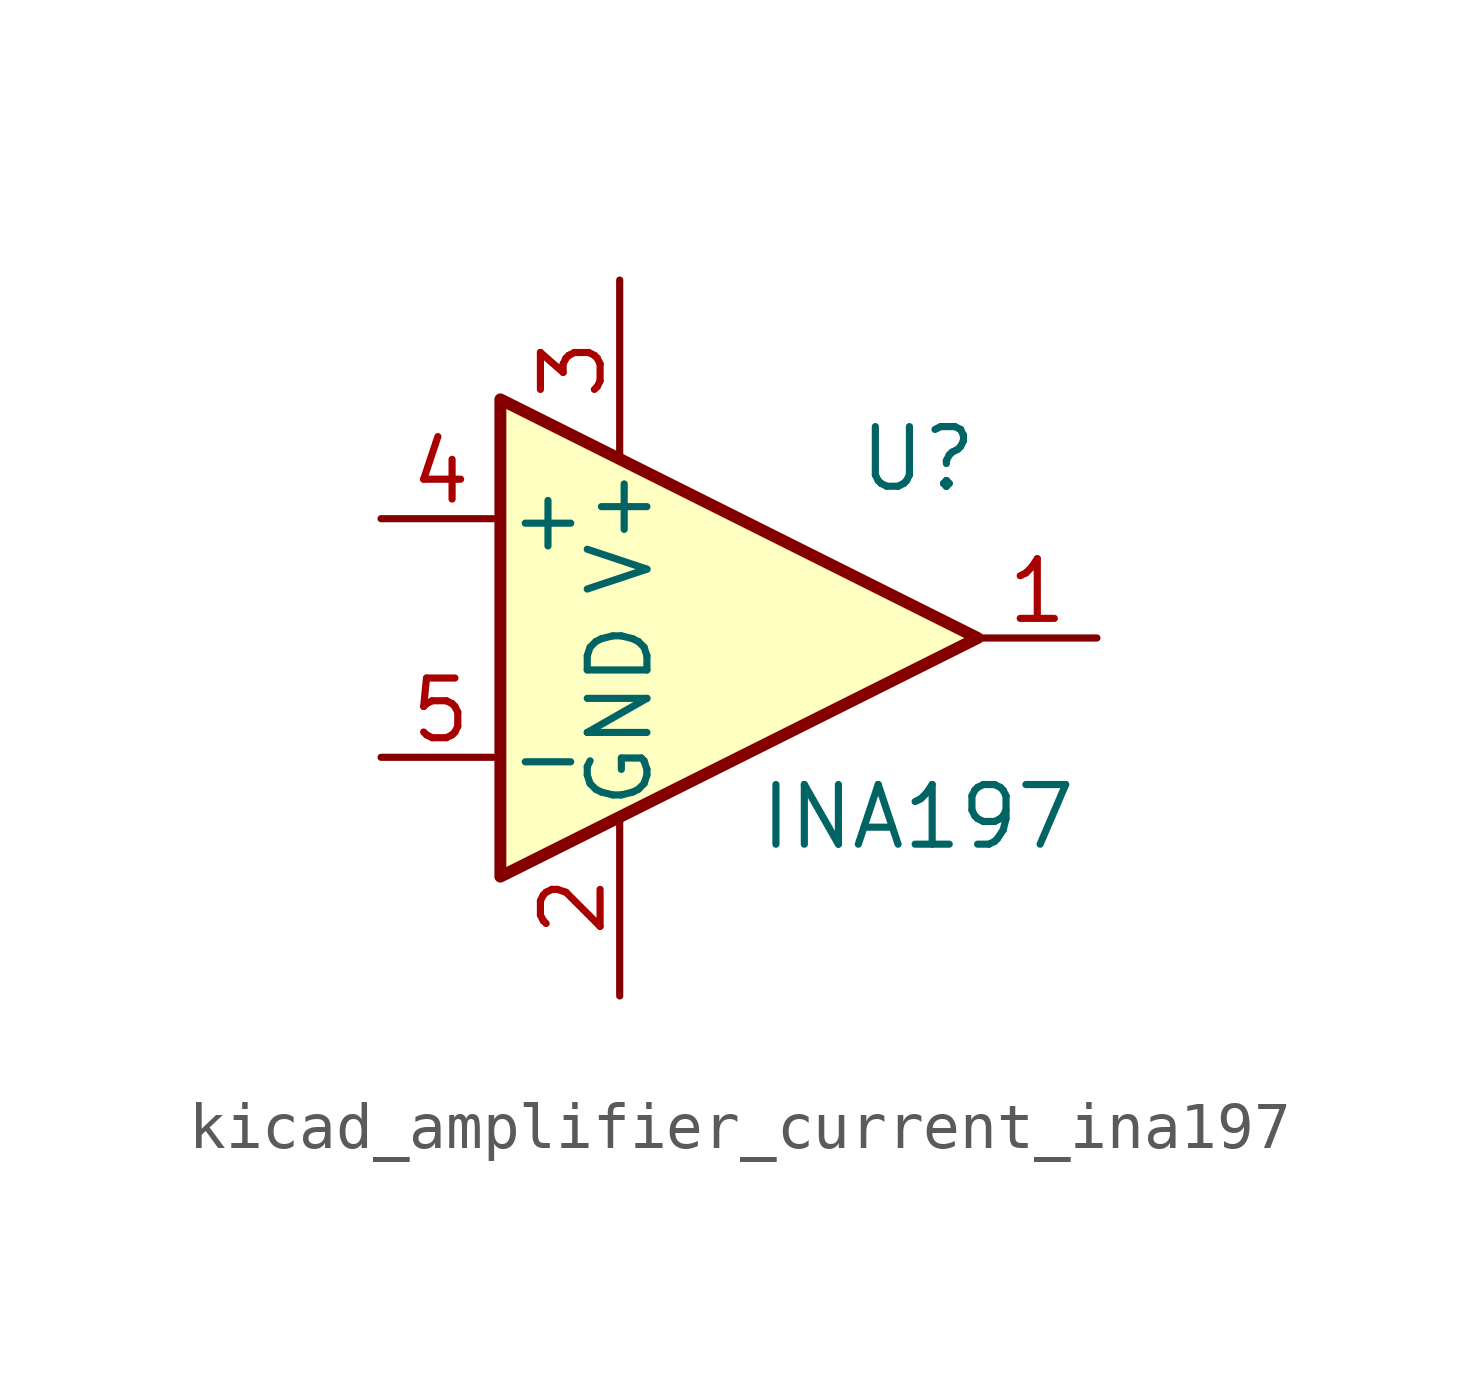
<source format=kicad_sym>
(kicad_symbol_lib
  (version 20220914)
  (generator kicad_symbol_editor)
  (symbol "kicad_amplifier_current_ina197"
    (pin_names
      (offset 0.127))
    (property "Reference" "U"
      (at 3.81 3.81 0)
      (effects (font (size 1.27 1.27))))
    (property "Value" "INA197"
      (at 3.81 -3.81 0)
      (effects (font (size 1.27 1.27))))
    (symbol "kicad_amplifier_current_ina197_0_1"
      (polyline (pts (xy 5.08 0) (xy -5.08 5.08) (xy -5.08 -5.08) (xy 5.08 0)) (stroke (width 0.254) (type default)) (fill (type background))))
    (symbol "kicad_amplifier_current_ina197_1_1"
      (pin output line (at 7.62 0 180) (length 2.54) (name "~" (effects (font (size 1.27 1.27)))) (number "1" (effects (font (size 1.27 1.27)))))
      (pin power_in line (at -2.54 -7.62 90) (length 3.81) (name "GND" (effects (font (size 1.27 1.27)))) (number "2" (effects (font (size 1.27 1.27)))))
      (pin power_in line (at -2.54 7.62 270) (length 3.81) (name "V+" (effects (font (size 1.27 1.27)))) (number "3" (effects (font (size 1.27 1.27)))))
      (pin input line (at -7.62 2.54 0) (length 2.54) (name "+" (effects (font (size 1.27 1.27)))) (number "4" (effects (font (size 1.27 1.27)))))
      (pin input line (at -7.62 -2.54 0) (length 2.54) (name "-" (effects (font (size 1.27 1.27)))) (number "5" (effects (font (size 1.27 1.27))))))))
</source>
